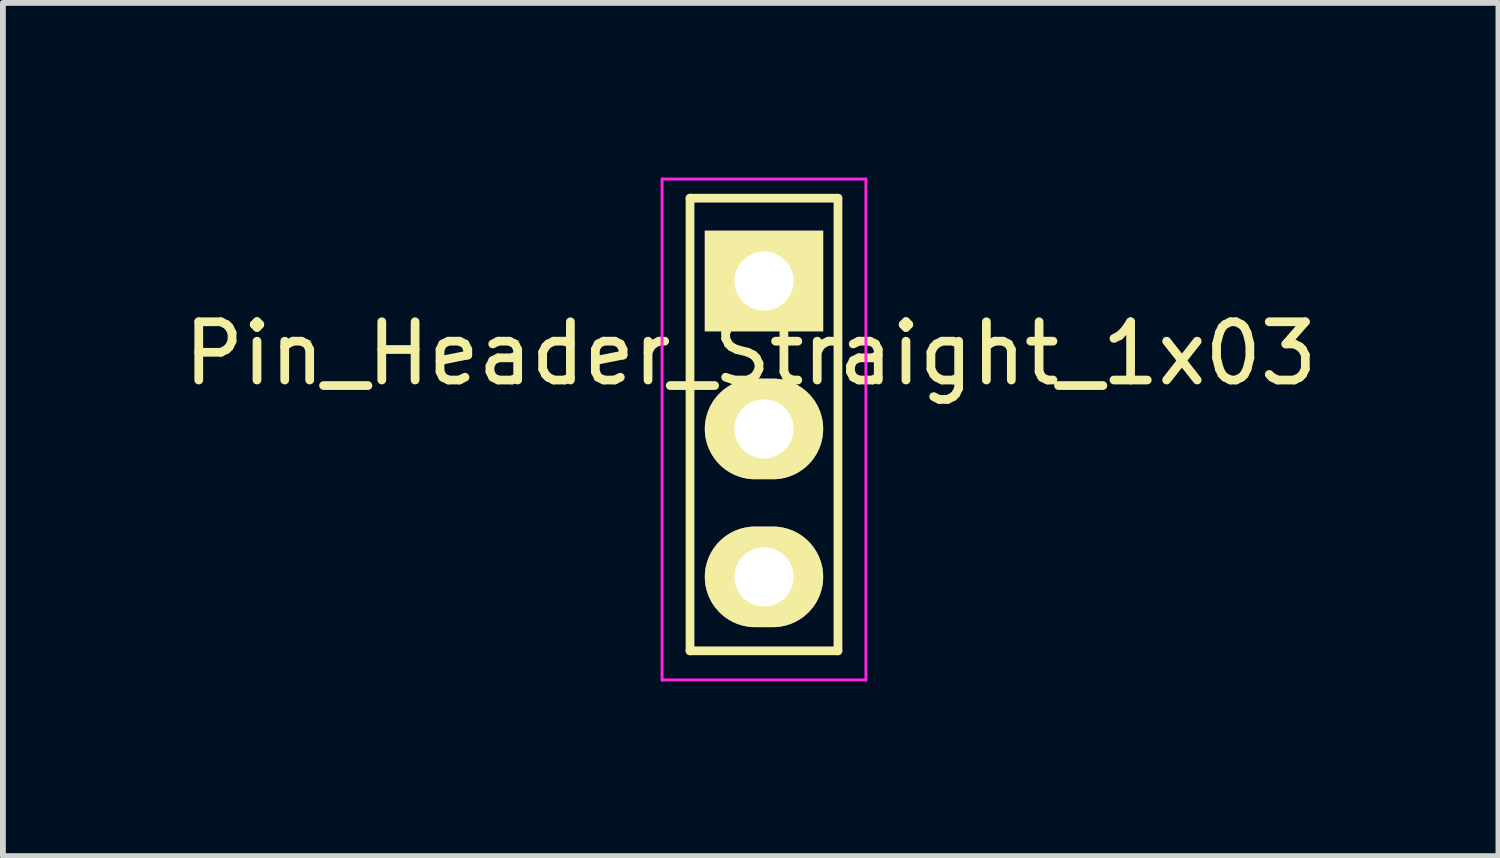
<source format=kicad_pcb>
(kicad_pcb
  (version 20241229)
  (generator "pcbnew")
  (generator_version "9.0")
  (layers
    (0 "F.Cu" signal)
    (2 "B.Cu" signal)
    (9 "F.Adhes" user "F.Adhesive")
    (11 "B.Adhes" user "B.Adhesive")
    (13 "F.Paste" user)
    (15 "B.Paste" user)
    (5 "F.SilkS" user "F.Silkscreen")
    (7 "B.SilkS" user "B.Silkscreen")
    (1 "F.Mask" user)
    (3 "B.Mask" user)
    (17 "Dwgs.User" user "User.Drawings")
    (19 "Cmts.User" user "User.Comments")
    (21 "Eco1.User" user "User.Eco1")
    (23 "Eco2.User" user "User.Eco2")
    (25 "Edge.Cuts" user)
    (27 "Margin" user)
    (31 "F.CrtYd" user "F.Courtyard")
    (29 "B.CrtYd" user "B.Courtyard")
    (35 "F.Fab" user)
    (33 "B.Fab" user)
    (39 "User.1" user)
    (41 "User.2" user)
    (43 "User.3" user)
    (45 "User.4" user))
  (footprint "Pin_Header_Straight_1x03"
    (layer "F.Cu")
    (at 10.068 1.775)
    (property "Reference" "Pin_Header_Straight_1x03" (at -0.229 1.245 0) (layer "F.SilkS") (effects (font (size 1 1) (thickness 0.15))))
    (attr through_hole)
    (fp_line (start -1.27 -1.422) (end -1.27 6.35) (stroke (width 0.15) (type solid)) (layer "F.SilkS"))
    (fp_line (start -1.27 6.35) (end 1.27 6.35) (stroke (width 0.15) (type solid)) (layer "F.SilkS"))
    (fp_line (start 1.27 -1.422) (end -1.27 -1.422) (stroke (width 0.15) (type solid)) (layer "F.SilkS"))
    (fp_line (start 1.27 6.35) (end 1.27 -1.422) (stroke (width 0.15) (type solid)) (layer "F.SilkS"))
    (fp_line (start -1.75 -1.75) (end -1.75 6.85) (stroke (width 0.05) (type solid)) (layer "F.CrtYd"))
    (fp_line (start -1.75 -1.75) (end 1.75 -1.75) (stroke (width 0.05) (type solid)) (layer "F.CrtYd"))
    (fp_line (start -1.75 6.85) (end 1.75 6.85) (stroke (width 0.05) (type solid)) (layer "F.CrtYd"))
    (fp_line (start 1.75 -1.75) (end 1.75 6.85) (stroke (width 0.05) (type solid)) (layer "F.CrtYd"))
    (pad "1" thru_hole rect (at 0 0) (size 2.032 1.727) (drill 1.016) (layers "*.Cu" "*.Mask" "F.SilkS"))
    (pad "2" thru_hole oval (at 0 2.54) (size 2.032 1.727) (drill 1.016) (layers "*.Cu" "*.Mask" "F.SilkS"))
    (pad "3" thru_hole oval (at 0 5.08) (size 2.032 1.727) (drill 1.016) (layers "*.Cu" "*.Mask" "F.SilkS")))
  (gr_rect
    (start -3 -3)
    (end 22.679 11.65)
    (stroke (width 0.1) (type default))
    (fill no)
    (layer "Edge.Cuts")))
</source>
